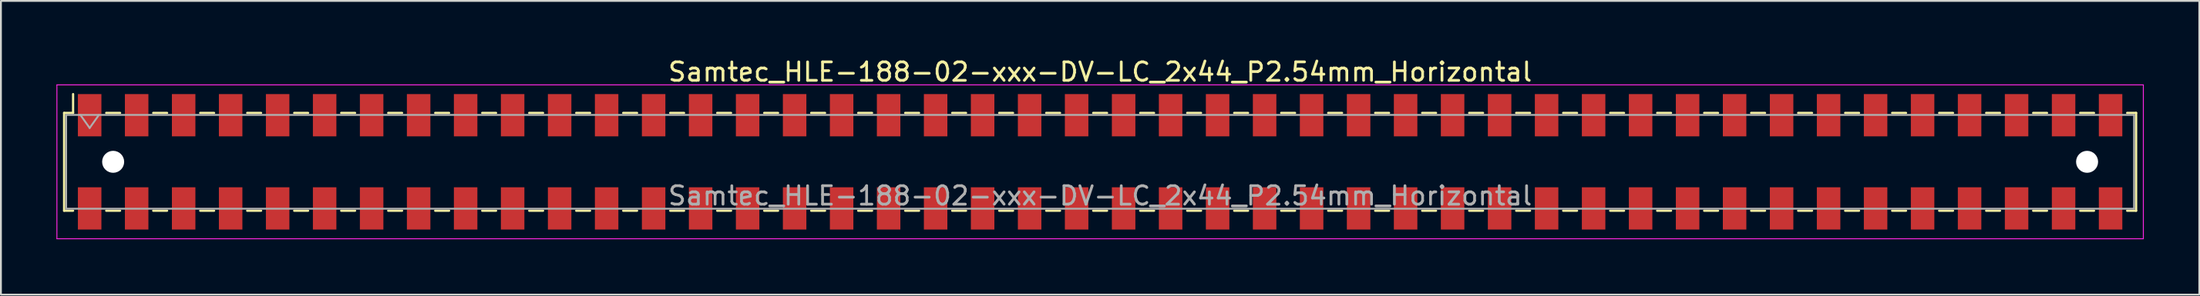
<source format=kicad_pcb>
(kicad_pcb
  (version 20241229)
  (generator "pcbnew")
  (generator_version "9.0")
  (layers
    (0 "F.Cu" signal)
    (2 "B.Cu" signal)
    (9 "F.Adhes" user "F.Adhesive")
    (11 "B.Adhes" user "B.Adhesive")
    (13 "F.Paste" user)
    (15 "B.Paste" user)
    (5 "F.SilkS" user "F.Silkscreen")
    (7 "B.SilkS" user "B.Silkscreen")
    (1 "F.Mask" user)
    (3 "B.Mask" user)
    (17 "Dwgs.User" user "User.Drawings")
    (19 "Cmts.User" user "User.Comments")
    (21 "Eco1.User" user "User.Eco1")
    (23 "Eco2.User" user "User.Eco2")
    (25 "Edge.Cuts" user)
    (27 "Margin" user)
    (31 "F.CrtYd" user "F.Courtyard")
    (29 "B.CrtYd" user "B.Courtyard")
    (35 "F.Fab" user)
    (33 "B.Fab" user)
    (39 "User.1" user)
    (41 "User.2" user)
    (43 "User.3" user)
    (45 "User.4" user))
  (footprint "Samtec_HLE-188-02-xxx-DV-LC_2x44_P2.54mm_Horizontal"
    (layer "F.Cu")
    (at 56.405 5.718)
    (property "Reference" "Samtec_HLE-188-02-xxx-DV-LC_2x44_P2.54mm_Horizontal" (at 0 -4.87 0) (layer "F.SilkS") (effects (font (size 1 1) (thickness 0.15))))
    (attr smd)
    (fp_line (start -55.99 -2.65) (end -55.99 2.65) (stroke (width 0.12) (type solid)) (layer "F.SilkS"))
    (fp_line (start -55.99 2.65) (end -55.505 2.65) (stroke (width 0.12) (type solid)) (layer "F.SilkS"))
    (fp_line (start -55.505 -3.67) (end -55.505 -2.65) (stroke (width 0.12) (type solid)) (layer "F.SilkS"))
    (fp_line (start -55.505 -2.65) (end -55.99 -2.65) (stroke (width 0.12) (type solid)) (layer "F.SilkS"))
    (fp_line (start -53.715 -2.65) (end -52.965 -2.65) (stroke (width 0.12) (type solid)) (layer "F.SilkS"))
    (fp_line (start -53.715 2.65) (end -52.965 2.65) (stroke (width 0.12) (type solid)) (layer "F.SilkS"))
    (fp_line (start -51.175 -2.65) (end -50.425 -2.65) (stroke (width 0.12) (type solid)) (layer "F.SilkS"))
    (fp_line (start -51.175 2.65) (end -50.425 2.65) (stroke (width 0.12) (type solid)) (layer "F.SilkS"))
    (fp_line (start -48.635 -2.65) (end -47.885 -2.65) (stroke (width 0.12) (type solid)) (layer "F.SilkS"))
    (fp_line (start -48.635 2.65) (end -47.885 2.65) (stroke (width 0.12) (type solid)) (layer "F.SilkS"))
    (fp_line (start -46.095 -2.65) (end -45.345 -2.65) (stroke (width 0.12) (type solid)) (layer "F.SilkS"))
    (fp_line (start -46.095 2.65) (end -45.345 2.65) (stroke (width 0.12) (type solid)) (layer "F.SilkS"))
    (fp_line (start -43.555 -2.65) (end -42.805 -2.65) (stroke (width 0.12) (type solid)) (layer "F.SilkS"))
    (fp_line (start -43.555 2.65) (end -42.805 2.65) (stroke (width 0.12) (type solid)) (layer "F.SilkS"))
    (fp_line (start -41.015 -2.65) (end -40.265 -2.65) (stroke (width 0.12) (type solid)) (layer "F.SilkS"))
    (fp_line (start -41.015 2.65) (end -40.265 2.65) (stroke (width 0.12) (type solid)) (layer "F.SilkS"))
    (fp_line (start -38.475 -2.65) (end -37.725 -2.65) (stroke (width 0.12) (type solid)) (layer "F.SilkS"))
    (fp_line (start -38.475 2.65) (end -37.725 2.65) (stroke (width 0.12) (type solid)) (layer "F.SilkS"))
    (fp_line (start -35.935 -2.65) (end -35.185 -2.65) (stroke (width 0.12) (type solid)) (layer "F.SilkS"))
    (fp_line (start -35.935 2.65) (end -35.185 2.65) (stroke (width 0.12) (type solid)) (layer "F.SilkS"))
    (fp_line (start -33.395 -2.65) (end -32.645 -2.65) (stroke (width 0.12) (type solid)) (layer "F.SilkS"))
    (fp_line (start -33.395 2.65) (end -32.645 2.65) (stroke (width 0.12) (type solid)) (layer "F.SilkS"))
    (fp_line (start -30.855 -2.65) (end -30.105 -2.65) (stroke (width 0.12) (type solid)) (layer "F.SilkS"))
    (fp_line (start -30.855 2.65) (end -30.105 2.65) (stroke (width 0.12) (type solid)) (layer "F.SilkS"))
    (fp_line (start -28.315 -2.65) (end -27.565 -2.65) (stroke (width 0.12) (type solid)) (layer "F.SilkS"))
    (fp_line (start -28.315 2.65) (end -27.565 2.65) (stroke (width 0.12) (type solid)) (layer "F.SilkS"))
    (fp_line (start -25.775 -2.65) (end -25.025 -2.65) (stroke (width 0.12) (type solid)) (layer "F.SilkS"))
    (fp_line (start -25.775 2.65) (end -25.025 2.65) (stroke (width 0.12) (type solid)) (layer "F.SilkS"))
    (fp_line (start -23.235 -2.65) (end -22.485 -2.65) (stroke (width 0.12) (type solid)) (layer "F.SilkS"))
    (fp_line (start -23.235 2.65) (end -22.485 2.65) (stroke (width 0.12) (type solid)) (layer "F.SilkS"))
    (fp_line (start -20.695 -2.65) (end -19.945 -2.65) (stroke (width 0.12) (type solid)) (layer "F.SilkS"))
    (fp_line (start -20.695 2.65) (end -19.945 2.65) (stroke (width 0.12) (type solid)) (layer "F.SilkS"))
    (fp_line (start -18.155 -2.65) (end -17.405 -2.65) (stroke (width 0.12) (type solid)) (layer "F.SilkS"))
    (fp_line (start -18.155 2.65) (end -17.405 2.65) (stroke (width 0.12) (type solid)) (layer "F.SilkS"))
    (fp_line (start -15.615 -2.65) (end -14.865 -2.65) (stroke (width 0.12) (type solid)) (layer "F.SilkS"))
    (fp_line (start -15.615 2.65) (end -14.865 2.65) (stroke (width 0.12) (type solid)) (layer "F.SilkS"))
    (fp_line (start -13.075 -2.65) (end -12.325 -2.65) (stroke (width 0.12) (type solid)) (layer "F.SilkS"))
    (fp_line (start -13.075 2.65) (end -12.325 2.65) (stroke (width 0.12) (type solid)) (layer "F.SilkS"))
    (fp_line (start -10.535 -2.65) (end -9.785 -2.65) (stroke (width 0.12) (type solid)) (layer "F.SilkS"))
    (fp_line (start -10.535 2.65) (end -9.785 2.65) (stroke (width 0.12) (type solid)) (layer "F.SilkS"))
    (fp_line (start -7.995 -2.65) (end -7.245 -2.65) (stroke (width 0.12) (type solid)) (layer "F.SilkS"))
    (fp_line (start -7.995 2.65) (end -7.245 2.65) (stroke (width 0.12) (type solid)) (layer "F.SilkS"))
    (fp_line (start -5.455 -2.65) (end -4.705 -2.65) (stroke (width 0.12) (type solid)) (layer "F.SilkS"))
    (fp_line (start -5.455 2.65) (end -4.705 2.65) (stroke (width 0.12) (type solid)) (layer "F.SilkS"))
    (fp_line (start -2.915 -2.65) (end -2.165 -2.65) (stroke (width 0.12) (type solid)) (layer "F.SilkS"))
    (fp_line (start -2.915 2.65) (end -2.165 2.65) (stroke (width 0.12) (type solid)) (layer "F.SilkS"))
    (fp_line (start -0.375 -2.65) (end 0.375 -2.65) (stroke (width 0.12) (type solid)) (layer "F.SilkS"))
    (fp_line (start -0.375 2.65) (end 0.375 2.65) (stroke (width 0.12) (type solid)) (layer "F.SilkS"))
    (fp_line (start 2.165 -2.65) (end 2.915 -2.65) (stroke (width 0.12) (type solid)) (layer "F.SilkS"))
    (fp_line (start 2.165 2.65) (end 2.915 2.65) (stroke (width 0.12) (type solid)) (layer "F.SilkS"))
    (fp_line (start 4.705 -2.65) (end 5.455 -2.65) (stroke (width 0.12) (type solid)) (layer "F.SilkS"))
    (fp_line (start 4.705 2.65) (end 5.455 2.65) (stroke (width 0.12) (type solid)) (layer "F.SilkS"))
    (fp_line (start 7.245 -2.65) (end 7.995 -2.65) (stroke (width 0.12) (type solid)) (layer "F.SilkS"))
    (fp_line (start 7.245 2.65) (end 7.995 2.65) (stroke (width 0.12) (type solid)) (layer "F.SilkS"))
    (fp_line (start 9.785 -2.65) (end 10.535 -2.65) (stroke (width 0.12) (type solid)) (layer "F.SilkS"))
    (fp_line (start 9.785 2.65) (end 10.535 2.65) (stroke (width 0.12) (type solid)) (layer "F.SilkS"))
    (fp_line (start 12.325 -2.65) (end 13.075 -2.65) (stroke (width 0.12) (type solid)) (layer "F.SilkS"))
    (fp_line (start 12.325 2.65) (end 13.075 2.65) (stroke (width 0.12) (type solid)) (layer "F.SilkS"))
    (fp_line (start 14.865 -2.65) (end 15.615 -2.65) (stroke (width 0.12) (type solid)) (layer "F.SilkS"))
    (fp_line (start 14.865 2.65) (end 15.615 2.65) (stroke (width 0.12) (type solid)) (layer "F.SilkS"))
    (fp_line (start 17.405 -2.65) (end 18.155 -2.65) (stroke (width 0.12) (type solid)) (layer "F.SilkS"))
    (fp_line (start 17.405 2.65) (end 18.155 2.65) (stroke (width 0.12) (type solid)) (layer "F.SilkS"))
    (fp_line (start 19.945 -2.65) (end 20.695 -2.65) (stroke (width 0.12) (type solid)) (layer "F.SilkS"))
    (fp_line (start 19.945 2.65) (end 20.695 2.65) (stroke (width 0.12) (type solid)) (layer "F.SilkS"))
    (fp_line (start 22.485 -2.65) (end 23.235 -2.65) (stroke (width 0.12) (type solid)) (layer "F.SilkS"))
    (fp_line (start 22.485 2.65) (end 23.235 2.65) (stroke (width 0.12) (type solid)) (layer "F.SilkS"))
    (fp_line (start 25.025 -2.65) (end 25.775 -2.65) (stroke (width 0.12) (type solid)) (layer "F.SilkS"))
    (fp_line (start 25.025 2.65) (end 25.775 2.65) (stroke (width 0.12) (type solid)) (layer "F.SilkS"))
    (fp_line (start 27.565 -2.65) (end 28.315 -2.65) (stroke (width 0.12) (type solid)) (layer "F.SilkS"))
    (fp_line (start 27.565 2.65) (end 28.315 2.65) (stroke (width 0.12) (type solid)) (layer "F.SilkS"))
    (fp_line (start 30.105 -2.65) (end 30.855 -2.65) (stroke (width 0.12) (type solid)) (layer "F.SilkS"))
    (fp_line (start 30.105 2.65) (end 30.855 2.65) (stroke (width 0.12) (type solid)) (layer "F.SilkS"))
    (fp_line (start 32.645 -2.65) (end 33.395 -2.65) (stroke (width 0.12) (type solid)) (layer "F.SilkS"))
    (fp_line (start 32.645 2.65) (end 33.395 2.65) (stroke (width 0.12) (type solid)) (layer "F.SilkS"))
    (fp_line (start 35.185 -2.65) (end 35.935 -2.65) (stroke (width 0.12) (type solid)) (layer "F.SilkS"))
    (fp_line (start 35.185 2.65) (end 35.935 2.65) (stroke (width 0.12) (type solid)) (layer "F.SilkS"))
    (fp_line (start 37.725 -2.65) (end 38.475 -2.65) (stroke (width 0.12) (type solid)) (layer "F.SilkS"))
    (fp_line (start 37.725 2.65) (end 38.475 2.65) (stroke (width 0.12) (type solid)) (layer "F.SilkS"))
    (fp_line (start 40.265 -2.65) (end 41.015 -2.65) (stroke (width 0.12) (type solid)) (layer "F.SilkS"))
    (fp_line (start 40.265 2.65) (end 41.015 2.65) (stroke (width 0.12) (type solid)) (layer "F.SilkS"))
    (fp_line (start 42.805 -2.65) (end 43.555 -2.65) (stroke (width 0.12) (type solid)) (layer "F.SilkS"))
    (fp_line (start 42.805 2.65) (end 43.555 2.65) (stroke (width 0.12) (type solid)) (layer "F.SilkS"))
    (fp_line (start 45.345 -2.65) (end 46.095 -2.65) (stroke (width 0.12) (type solid)) (layer "F.SilkS"))
    (fp_line (start 45.345 2.65) (end 46.095 2.65) (stroke (width 0.12) (type solid)) (layer "F.SilkS"))
    (fp_line (start 47.885 -2.65) (end 48.635 -2.65) (stroke (width 0.12) (type solid)) (layer "F.SilkS"))
    (fp_line (start 47.885 2.65) (end 48.635 2.65) (stroke (width 0.12) (type solid)) (layer "F.SilkS"))
    (fp_line (start 50.425 -2.65) (end 51.175 -2.65) (stroke (width 0.12) (type solid)) (layer "F.SilkS"))
    (fp_line (start 50.425 2.65) (end 51.175 2.65) (stroke (width 0.12) (type solid)) (layer "F.SilkS"))
    (fp_line (start 52.965 -2.65) (end 53.715 -2.65) (stroke (width 0.12) (type solid)) (layer "F.SilkS"))
    (fp_line (start 52.965 2.65) (end 53.715 2.65) (stroke (width 0.12) (type solid)) (layer "F.SilkS"))
    (fp_line (start 55.505 -2.65) (end 55.99 -2.65) (stroke (width 0.12) (type solid)) (layer "F.SilkS"))
    (fp_line (start 55.99 -2.65) (end 55.99 2.65) (stroke (width 0.12) (type solid)) (layer "F.SilkS"))
    (fp_line (start 55.99 2.65) (end 55.505 2.65) (stroke (width 0.12) (type solid)) (layer "F.SilkS"))
    (fp_line (start -56.38 -4.17) (end 56.38 -4.17) (stroke (width 0.05) (type solid)) (layer "F.CrtYd"))
    (fp_line (start -56.38 4.17) (end -56.38 -4.17) (stroke (width 0.05) (type solid)) (layer "F.CrtYd"))
    (fp_line (start 56.38 -4.17) (end 56.38 4.17) (stroke (width 0.05) (type solid)) (layer "F.CrtYd"))
    (fp_line (start 56.38 4.17) (end -56.38 4.17) (stroke (width 0.05) (type solid)) (layer "F.CrtYd"))
    (fp_line (start -55.88 -2.54) (end 55.88 -2.54) (stroke (width 0.1) (type solid)) (layer "F.Fab"))
    (fp_line (start -55.88 2.54) (end -55.88 -2.54) (stroke (width 0.1) (type solid)) (layer "F.Fab"))
    (fp_line (start -55.11 -2.54) (end -54.61 -1.833) (stroke (width 0.1) (type solid)) (layer "F.Fab"))
    (fp_line (start -54.61 -1.833) (end -54.11 -2.54) (stroke (width 0.1) (type solid)) (layer "F.Fab"))
    (fp_line (start 55.88 -2.54) (end 55.88 2.54) (stroke (width 0.1) (type solid)) (layer "F.Fab"))
    (fp_line (start 55.88 2.54) (end -55.88 2.54) (stroke (width 0.1) (type solid)) (layer "F.Fab"))
    (fp_text user "${REFERENCE}" (at 0 1.84 0) (layer "F.Fab") (effects (font (size 1 1) (thickness 0.15))))
    (pad "" np_thru_hole circle (at -53.34 0) (size 1.19 1.19) (drill 1.19) (layers "*.Cu" "*.Mask"))
    (pad "" np_thru_hole circle (at 53.34 0) (size 1.19 1.19) (drill 1.19) (layers "*.Cu" "*.Mask"))
    (pad "1" smd rect (at -54.61 -2.525) (size 1.27 2.29) (layers "F.Cu" "F.Mask" "F.Paste"))
    (pad "2" smd rect (at -54.61 2.525) (size 1.27 2.29) (layers "F.Cu" "F.Mask" "F.Paste"))
    (pad "3" smd rect (at -52.07 -2.525) (size 1.27 2.29) (layers "F.Cu" "F.Mask" "F.Paste"))
    (pad "4" smd rect (at -52.07 2.525) (size 1.27 2.29) (layers "F.Cu" "F.Mask" "F.Paste"))
    (pad "5" smd rect (at -49.53 -2.525) (size 1.27 2.29) (layers "F.Cu" "F.Mask" "F.Paste"))
    (pad "6" smd rect (at -49.53 2.525) (size 1.27 2.29) (layers "F.Cu" "F.Mask" "F.Paste"))
    (pad "7" smd rect (at -46.99 -2.525) (size 1.27 2.29) (layers "F.Cu" "F.Mask" "F.Paste"))
    (pad "8" smd rect (at -46.99 2.525) (size 1.27 2.29) (layers "F.Cu" "F.Mask" "F.Paste"))
    (pad "9" smd rect (at -44.45 -2.525) (size 1.27 2.29) (layers "F.Cu" "F.Mask" "F.Paste"))
    (pad "10" smd rect (at -44.45 2.525) (size 1.27 2.29) (layers "F.Cu" "F.Mask" "F.Paste"))
    (pad "11" smd rect (at -41.91 -2.525) (size 1.27 2.29) (layers "F.Cu" "F.Mask" "F.Paste"))
    (pad "12" smd rect (at -41.91 2.525) (size 1.27 2.29) (layers "F.Cu" "F.Mask" "F.Paste"))
    (pad "13" smd rect (at -39.37 -2.525) (size 1.27 2.29) (layers "F.Cu" "F.Mask" "F.Paste"))
    (pad "14" smd rect (at -39.37 2.525) (size 1.27 2.29) (layers "F.Cu" "F.Mask" "F.Paste"))
    (pad "15" smd rect (at -36.83 -2.525) (size 1.27 2.29) (layers "F.Cu" "F.Mask" "F.Paste"))
    (pad "16" smd rect (at -36.83 2.525) (size 1.27 2.29) (layers "F.Cu" "F.Mask" "F.Paste"))
    (pad "17" smd rect (at -34.29 -2.525) (size 1.27 2.29) (layers "F.Cu" "F.Mask" "F.Paste"))
    (pad "18" smd rect (at -34.29 2.525) (size 1.27 2.29) (layers "F.Cu" "F.Mask" "F.Paste"))
    (pad "19" smd rect (at -31.75 -2.525) (size 1.27 2.29) (layers "F.Cu" "F.Mask" "F.Paste"))
    (pad "20" smd rect (at -31.75 2.525) (size 1.27 2.29) (layers "F.Cu" "F.Mask" "F.Paste"))
    (pad "21" smd rect (at -29.21 -2.525) (size 1.27 2.29) (layers "F.Cu" "F.Mask" "F.Paste"))
    (pad "22" smd rect (at -29.21 2.525) (size 1.27 2.29) (layers "F.Cu" "F.Mask" "F.Paste"))
    (pad "23" smd rect (at -26.67 -2.525) (size 1.27 2.29) (layers "F.Cu" "F.Mask" "F.Paste"))
    (pad "24" smd rect (at -26.67 2.525) (size 1.27 2.29) (layers "F.Cu" "F.Mask" "F.Paste"))
    (pad "25" smd rect (at -24.13 -2.525) (size 1.27 2.29) (layers "F.Cu" "F.Mask" "F.Paste"))
    (pad "26" smd rect (at -24.13 2.525) (size 1.27 2.29) (layers "F.Cu" "F.Mask" "F.Paste"))
    (pad "27" smd rect (at -21.59 -2.525) (size 1.27 2.29) (layers "F.Cu" "F.Mask" "F.Paste"))
    (pad "28" smd rect (at -21.59 2.525) (size 1.27 2.29) (layers "F.Cu" "F.Mask" "F.Paste"))
    (pad "29" smd rect (at -19.05 -2.525) (size 1.27 2.29) (layers "F.Cu" "F.Mask" "F.Paste"))
    (pad "30" smd rect (at -19.05 2.525) (size 1.27 2.29) (layers "F.Cu" "F.Mask" "F.Paste"))
    (pad "31" smd rect (at -16.51 -2.525) (size 1.27 2.29) (layers "F.Cu" "F.Mask" "F.Paste"))
    (pad "32" smd rect (at -16.51 2.525) (size 1.27 2.29) (layers "F.Cu" "F.Mask" "F.Paste"))
    (pad "33" smd rect (at -13.97 -2.525) (size 1.27 2.29) (layers "F.Cu" "F.Mask" "F.Paste"))
    (pad "34" smd rect (at -13.97 2.525) (size 1.27 2.29) (layers "F.Cu" "F.Mask" "F.Paste"))
    (pad "35" smd rect (at -11.43 -2.525) (size 1.27 2.29) (layers "F.Cu" "F.Mask" "F.Paste"))
    (pad "36" smd rect (at -11.43 2.525) (size 1.27 2.29) (layers "F.Cu" "F.Mask" "F.Paste"))
    (pad "37" smd rect (at -8.89 -2.525) (size 1.27 2.29) (layers "F.Cu" "F.Mask" "F.Paste"))
    (pad "38" smd rect (at -8.89 2.525) (size 1.27 2.29) (layers "F.Cu" "F.Mask" "F.Paste"))
    (pad "39" smd rect (at -6.35 -2.525) (size 1.27 2.29) (layers "F.Cu" "F.Mask" "F.Paste"))
    (pad "40" smd rect (at -6.35 2.525) (size 1.27 2.29) (layers "F.Cu" "F.Mask" "F.Paste"))
    (pad "41" smd rect (at -3.81 -2.525) (size 1.27 2.29) (layers "F.Cu" "F.Mask" "F.Paste"))
    (pad "42" smd rect (at -3.81 2.525) (size 1.27 2.29) (layers "F.Cu" "F.Mask" "F.Paste"))
    (pad "43" smd rect (at -1.27 -2.525) (size 1.27 2.29) (layers "F.Cu" "F.Mask" "F.Paste"))
    (pad "44" smd rect (at -1.27 2.525) (size 1.27 2.29) (layers "F.Cu" "F.Mask" "F.Paste"))
    (pad "45" smd rect (at 1.27 -2.525) (size 1.27 2.29) (layers "F.Cu" "F.Mask" "F.Paste"))
    (pad "46" smd rect (at 1.27 2.525) (size 1.27 2.29) (layers "F.Cu" "F.Mask" "F.Paste"))
    (pad "47" smd rect (at 3.81 -2.525) (size 1.27 2.29) (layers "F.Cu" "F.Mask" "F.Paste"))
    (pad "48" smd rect (at 3.81 2.525) (size 1.27 2.29) (layers "F.Cu" "F.Mask" "F.Paste"))
    (pad "49" smd rect (at 6.35 -2.525) (size 1.27 2.29) (layers "F.Cu" "F.Mask" "F.Paste"))
    (pad "50" smd rect (at 6.35 2.525) (size 1.27 2.29) (layers "F.Cu" "F.Mask" "F.Paste"))
    (pad "51" smd rect (at 8.89 -2.525) (size 1.27 2.29) (layers "F.Cu" "F.Mask" "F.Paste"))
    (pad "52" smd rect (at 8.89 2.525) (size 1.27 2.29) (layers "F.Cu" "F.Mask" "F.Paste"))
    (pad "53" smd rect (at 11.43 -2.525) (size 1.27 2.29) (layers "F.Cu" "F.Mask" "F.Paste"))
    (pad "54" smd rect (at 11.43 2.525) (size 1.27 2.29) (layers "F.Cu" "F.Mask" "F.Paste"))
    (pad "55" smd rect (at 13.97 -2.525) (size 1.27 2.29) (layers "F.Cu" "F.Mask" "F.Paste"))
    (pad "56" smd rect (at 13.97 2.525) (size 1.27 2.29) (layers "F.Cu" "F.Mask" "F.Paste"))
    (pad "57" smd rect (at 16.51 -2.525) (size 1.27 2.29) (layers "F.Cu" "F.Mask" "F.Paste"))
    (pad "58" smd rect (at 16.51 2.525) (size 1.27 2.29) (layers "F.Cu" "F.Mask" "F.Paste"))
    (pad "59" smd rect (at 19.05 -2.525) (size 1.27 2.29) (layers "F.Cu" "F.Mask" "F.Paste"))
    (pad "60" smd rect (at 19.05 2.525) (size 1.27 2.29) (layers "F.Cu" "F.Mask" "F.Paste"))
    (pad "61" smd rect (at 21.59 -2.525) (size 1.27 2.29) (layers "F.Cu" "F.Mask" "F.Paste"))
    (pad "62" smd rect (at 21.59 2.525) (size 1.27 2.29) (layers "F.Cu" "F.Mask" "F.Paste"))
    (pad "63" smd rect (at 24.13 -2.525) (size 1.27 2.29) (layers "F.Cu" "F.Mask" "F.Paste"))
    (pad "64" smd rect (at 24.13 2.525) (size 1.27 2.29) (layers "F.Cu" "F.Mask" "F.Paste"))
    (pad "65" smd rect (at 26.67 -2.525) (size 1.27 2.29) (layers "F.Cu" "F.Mask" "F.Paste"))
    (pad "66" smd rect (at 26.67 2.525) (size 1.27 2.29) (layers "F.Cu" "F.Mask" "F.Paste"))
    (pad "67" smd rect (at 29.21 -2.525) (size 1.27 2.29) (layers "F.Cu" "F.Mask" "F.Paste"))
    (pad "68" smd rect (at 29.21 2.525) (size 1.27 2.29) (layers "F.Cu" "F.Mask" "F.Paste"))
    (pad "69" smd rect (at 31.75 -2.525) (size 1.27 2.29) (layers "F.Cu" "F.Mask" "F.Paste"))
    (pad "70" smd rect (at 31.75 2.525) (size 1.27 2.29) (layers "F.Cu" "F.Mask" "F.Paste"))
    (pad "71" smd rect (at 34.29 -2.525) (size 1.27 2.29) (layers "F.Cu" "F.Mask" "F.Paste"))
    (pad "72" smd rect (at 34.29 2.525) (size 1.27 2.29) (layers "F.Cu" "F.Mask" "F.Paste"))
    (pad "73" smd rect (at 36.83 -2.525) (size 1.27 2.29) (layers "F.Cu" "F.Mask" "F.Paste"))
    (pad "74" smd rect (at 36.83 2.525) (size 1.27 2.29) (layers "F.Cu" "F.Mask" "F.Paste"))
    (pad "75" smd rect (at 39.37 -2.525) (size 1.27 2.29) (layers "F.Cu" "F.Mask" "F.Paste"))
    (pad "76" smd rect (at 39.37 2.525) (size 1.27 2.29) (layers "F.Cu" "F.Mask" "F.Paste"))
    (pad "77" smd rect (at 41.91 -2.525) (size 1.27 2.29) (layers "F.Cu" "F.Mask" "F.Paste"))
    (pad "78" smd rect (at 41.91 2.525) (size 1.27 2.29) (layers "F.Cu" "F.Mask" "F.Paste"))
    (pad "79" smd rect (at 44.45 -2.525) (size 1.27 2.29) (layers "F.Cu" "F.Mask" "F.Paste"))
    (pad "80" smd rect (at 44.45 2.525) (size 1.27 2.29) (layers "F.Cu" "F.Mask" "F.Paste"))
    (pad "81" smd rect (at 46.99 -2.525) (size 1.27 2.29) (layers "F.Cu" "F.Mask" "F.Paste"))
    (pad "82" smd rect (at 46.99 2.525) (size 1.27 2.29) (layers "F.Cu" "F.Mask" "F.Paste"))
    (pad "83" smd rect (at 49.53 -2.525) (size 1.27 2.29) (layers "F.Cu" "F.Mask" "F.Paste"))
    (pad "84" smd rect (at 49.53 2.525) (size 1.27 2.29) (layers "F.Cu" "F.Mask" "F.Paste"))
    (pad "85" smd rect (at 52.07 -2.525) (size 1.27 2.29) (layers "F.Cu" "F.Mask" "F.Paste"))
    (pad "86" smd rect (at 52.07 2.525) (size 1.27 2.29) (layers "F.Cu" "F.Mask" "F.Paste"))
    (pad "87" smd rect (at 54.61 -2.525) (size 1.27 2.29) (layers "F.Cu" "F.Mask" "F.Paste"))
    (pad "88" smd rect (at 54.61 2.525) (size 1.27 2.29) (layers "F.Cu" "F.Mask" "F.Paste")))
  (gr_rect
    (start -3 -3)
    (end 115.81 12.913)
    (stroke (width 0.1) (type default))
    (fill no)
    (layer "Edge.Cuts")))
</source>
